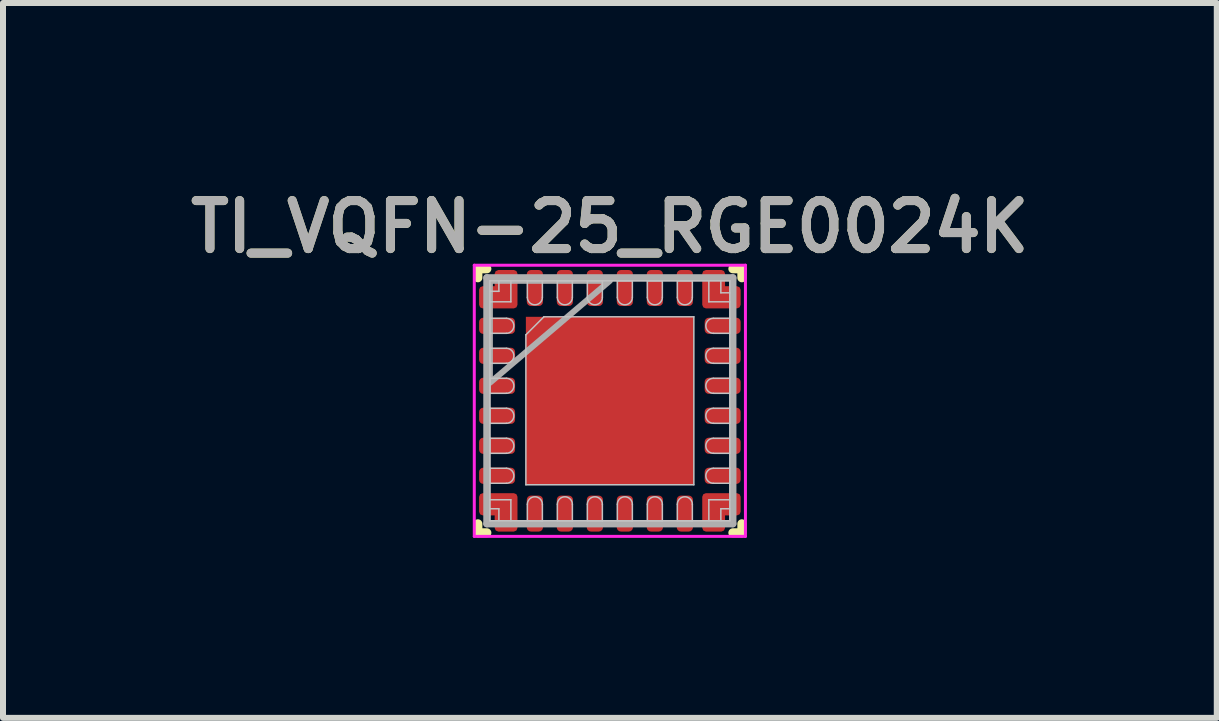
<source format=kicad_pcb>
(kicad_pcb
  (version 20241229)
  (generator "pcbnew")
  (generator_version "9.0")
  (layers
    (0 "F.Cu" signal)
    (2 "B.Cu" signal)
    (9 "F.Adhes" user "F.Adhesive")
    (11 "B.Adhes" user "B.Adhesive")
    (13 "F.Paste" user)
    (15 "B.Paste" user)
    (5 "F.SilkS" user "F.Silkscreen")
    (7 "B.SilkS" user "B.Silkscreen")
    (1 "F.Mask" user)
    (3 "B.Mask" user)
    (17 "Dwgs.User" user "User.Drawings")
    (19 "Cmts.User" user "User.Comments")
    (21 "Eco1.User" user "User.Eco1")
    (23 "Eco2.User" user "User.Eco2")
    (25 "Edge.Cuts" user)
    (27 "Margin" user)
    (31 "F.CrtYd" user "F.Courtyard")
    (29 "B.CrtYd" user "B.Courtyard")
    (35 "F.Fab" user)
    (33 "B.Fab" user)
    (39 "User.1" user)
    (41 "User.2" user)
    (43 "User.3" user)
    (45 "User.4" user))
  (footprint "TI_VQFN-25_RGE0024K"
    (layer "F.Cu")
    (at 7.116 3.631)
    (property "Reference" "TI_VQFN-25_RGE0024K" (at 0 -2.9 0) (layer "F.Fab") (effects (font (size 0.8 0.8) (thickness 0.15))))
    (attr smd)
    (fp_line (start -2.2 -2.2) (end -2.05 -2.2) (stroke (width 0.15) (type solid)) (layer "F.SilkS"))
    (fp_line (start -2.2 -2.05) (end -2.2 -2.2) (stroke (width 0.15) (type solid)) (layer "F.SilkS"))
    (fp_line (start -2.2 2.2) (end -2.2 2.05) (stroke (width 0.15) (type solid)) (layer "F.SilkS"))
    (fp_line (start -2.05 2.2) (end -2.2 2.2) (stroke (width 0.15) (type solid)) (layer "F.SilkS"))
    (fp_line (start 2.05 -2.2) (end 2.2 -2.2) (stroke (width 0.15) (type solid)) (layer "F.SilkS"))
    (fp_line (start 2.05 2.2) (end 2.2 2.2) (stroke (width 0.15) (type solid)) (layer "F.SilkS"))
    (fp_line (start 2.2 -2.2) (end 2.2 -2.05) (stroke (width 0.15) (type solid)) (layer "F.SilkS"))
    (fp_line (start 2.2 2.2) (end 2.2 2.05) (stroke (width 0.15) (type solid)) (layer "F.SilkS"))
    (fp_line (start -2 -2) (end 2 -2) (stroke (width 0.025) (type solid)) (layer "Dwgs.User"))
    (fp_line (start -2 -1.65) (end -1.65 -1.65) (stroke (width 0.025) (type solid)) (layer "Dwgs.User"))
    (fp_line (start -2 -1.375) (end -2 -1.125) (stroke (width 0.025) (type solid)) (layer "Dwgs.User"))
    (fp_line (start -2 -1.125) (end -1.725 -1.125) (stroke (width 0.025) (type solid)) (layer "Dwgs.User"))
    (fp_line (start -2 -0.875) (end -2 -0.625) (stroke (width 0.025) (type solid)) (layer "Dwgs.User"))
    (fp_line (start -2 -0.625) (end -1.725 -0.625) (stroke (width 0.025) (type solid)) (layer "Dwgs.User"))
    (fp_line (start -2 -0.375) (end -2 -0.125) (stroke (width 0.025) (type solid)) (layer "Dwgs.User"))
    (fp_line (start -2 -0.125) (end -1.725 -0.125) (stroke (width 0.025) (type solid)) (layer "Dwgs.User"))
    (fp_line (start -2 0.125) (end -2 0.375) (stroke (width 0.025) (type solid)) (layer "Dwgs.User"))
    (fp_line (start -2 0.375) (end -1.725 0.375) (stroke (width 0.025) (type solid)) (layer "Dwgs.User"))
    (fp_line (start -2 0.625) (end -2 0.875) (stroke (width 0.025) (type solid)) (layer "Dwgs.User"))
    (fp_line (start -2 0.875) (end -1.725 0.875) (stroke (width 0.025) (type solid)) (layer "Dwgs.User"))
    (fp_line (start -2 1.125) (end -2 1.375) (stroke (width 0.025) (type solid)) (layer "Dwgs.User"))
    (fp_line (start -2 1.375) (end -1.725 1.375) (stroke (width 0.025) (type solid)) (layer "Dwgs.User"))
    (fp_line (start -2 1.8) (end -1.85 1.8) (stroke (width 0.025) (type solid)) (layer "Dwgs.User"))
    (fp_line (start -2 2) (end -2 -2) (stroke (width 0.025) (type solid)) (layer "Dwgs.User"))
    (fp_line (start -1.85 -2) (end -1.85 -1.825) (stroke (width 0.025) (type solid)) (layer "Dwgs.User"))
    (fp_line (start -1.85 -1.825) (end -2 -1.825) (stroke (width 0.025) (type solid)) (layer "Dwgs.User"))
    (fp_line (start -1.85 1.8) (end -1.85 2) (stroke (width 0.025) (type solid)) (layer "Dwgs.User"))
    (fp_line (start -1.725 -1.375) (end -2 -1.375) (stroke (width 0.025) (type solid)) (layer "Dwgs.User"))
    (fp_line (start -1.725 -0.875) (end -2 -0.875) (stroke (width 0.025) (type solid)) (layer "Dwgs.User"))
    (fp_line (start -1.725 -0.375) (end -2 -0.375) (stroke (width 0.025) (type solid)) (layer "Dwgs.User"))
    (fp_line (start -1.725 0.125) (end -2 0.125) (stroke (width 0.025) (type solid)) (layer "Dwgs.User"))
    (fp_line (start -1.725 0.625) (end -2 0.625) (stroke (width 0.025) (type solid)) (layer "Dwgs.User"))
    (fp_line (start -1.725 1.125) (end -2 1.125) (stroke (width 0.025) (type solid)) (layer "Dwgs.User"))
    (fp_line (start -1.65 -1.65) (end -1.65 -2) (stroke (width 0.025) (type solid)) (layer "Dwgs.User"))
    (fp_line (start -1.65 1.65) (end -2 1.65) (stroke (width 0.025) (type solid)) (layer "Dwgs.User"))
    (fp_line (start -1.65 2) (end -1.65 1.65) (stroke (width 0.025) (type solid)) (layer "Dwgs.User"))
    (fp_line (start -1.4 -1.1) (end -1.4 1.4) (stroke (width 0.025) (type solid)) (layer "Dwgs.User"))
    (fp_line (start -1.4 1.4) (end 1.4 1.4) (stroke (width 0.025) (type solid)) (layer "Dwgs.User"))
    (fp_line (start -1.375 -2) (end -1.375 -1.725) (stroke (width 0.025) (type solid)) (layer "Dwgs.User"))
    (fp_line (start -1.375 1.725) (end -1.375 2) (stroke (width 0.025) (type solid)) (layer "Dwgs.User"))
    (fp_line (start -1.375 2) (end -1.125 2) (stroke (width 0.025) (type solid)) (layer "Dwgs.User"))
    (fp_line (start -1.125 -2) (end -1.375 -2) (stroke (width 0.025) (type solid)) (layer "Dwgs.User"))
    (fp_line (start -1.125 -1.725) (end -1.125 -2) (stroke (width 0.025) (type solid)) (layer "Dwgs.User"))
    (fp_line (start -1.125 2) (end -1.125 1.725) (stroke (width 0.025) (type solid)) (layer "Dwgs.User"))
    (fp_line (start -1.1 -1.4) (end -1.4 -1.1) (stroke (width 0.025) (type solid)) (layer "Dwgs.User"))
    (fp_line (start -0.875 -2) (end -0.875 -1.725) (stroke (width 0.025) (type solid)) (layer "Dwgs.User"))
    (fp_line (start -0.875 1.725) (end -0.875 2) (stroke (width 0.025) (type solid)) (layer "Dwgs.User"))
    (fp_line (start -0.875 2) (end -0.625 2) (stroke (width 0.025) (type solid)) (layer "Dwgs.User"))
    (fp_line (start -0.625 -2) (end -0.875 -2) (stroke (width 0.025) (type solid)) (layer "Dwgs.User"))
    (fp_line (start -0.625 -1.725) (end -0.625 -2) (stroke (width 0.025) (type solid)) (layer "Dwgs.User"))
    (fp_line (start -0.625 2) (end -0.625 1.725) (stroke (width 0.025) (type solid)) (layer "Dwgs.User"))
    (fp_line (start -0.375 -2) (end -0.375 -1.725) (stroke (width 0.025) (type solid)) (layer "Dwgs.User"))
    (fp_line (start -0.375 1.725) (end -0.375 2) (stroke (width 0.025) (type solid)) (layer "Dwgs.User"))
    (fp_line (start -0.375 2) (end -0.125 2) (stroke (width 0.025) (type solid)) (layer "Dwgs.User"))
    (fp_line (start -0.125 -2) (end -0.375 -2) (stroke (width 0.025) (type solid)) (layer "Dwgs.User"))
    (fp_line (start -0.125 -1.725) (end -0.125 -2) (stroke (width 0.025) (type solid)) (layer "Dwgs.User"))
    (fp_line (start -0.125 2) (end -0.125 1.725) (stroke (width 0.025) (type solid)) (layer "Dwgs.User"))
    (fp_line (start 0.125 -2) (end 0.125 -1.725) (stroke (width 0.025) (type solid)) (layer "Dwgs.User"))
    (fp_line (start 0.125 1.725) (end 0.125 2) (stroke (width 0.025) (type solid)) (layer "Dwgs.User"))
    (fp_line (start 0.125 2) (end 0.375 2) (stroke (width 0.025) (type solid)) (layer "Dwgs.User"))
    (fp_line (start 0.375 -2) (end 0.125 -2) (stroke (width 0.025) (type solid)) (layer "Dwgs.User"))
    (fp_line (start 0.375 -1.725) (end 0.375 -2) (stroke (width 0.025) (type solid)) (layer "Dwgs.User"))
    (fp_line (start 0.375 2) (end 0.375 1.725) (stroke (width 0.025) (type solid)) (layer "Dwgs.User"))
    (fp_line (start 0.625 -2) (end 0.625 -1.725) (stroke (width 0.025) (type solid)) (layer "Dwgs.User"))
    (fp_line (start 0.625 1.725) (end 0.625 2) (stroke (width 0.025) (type solid)) (layer "Dwgs.User"))
    (fp_line (start 0.625 2) (end 0.875 2) (stroke (width 0.025) (type solid)) (layer "Dwgs.User"))
    (fp_line (start 0.875 -2) (end 0.625 -2) (stroke (width 0.025) (type solid)) (layer "Dwgs.User"))
    (fp_line (start 0.875 -1.725) (end 0.875 -2) (stroke (width 0.025) (type solid)) (layer "Dwgs.User"))
    (fp_line (start 0.875 2) (end 0.875 1.725) (stroke (width 0.025) (type solid)) (layer "Dwgs.User"))
    (fp_line (start 1.125 -2) (end 1.125 -1.725) (stroke (width 0.025) (type solid)) (layer "Dwgs.User"))
    (fp_line (start 1.125 1.725) (end 1.125 2) (stroke (width 0.025) (type solid)) (layer "Dwgs.User"))
    (fp_line (start 1.125 2) (end 1.375 2) (stroke (width 0.025) (type solid)) (layer "Dwgs.User"))
    (fp_line (start 1.375 -2) (end 1.125 -2) (stroke (width 0.025) (type solid)) (layer "Dwgs.User"))
    (fp_line (start 1.375 -1.725) (end 1.375 -2) (stroke (width 0.025) (type solid)) (layer "Dwgs.User"))
    (fp_line (start 1.375 2) (end 1.375 1.725) (stroke (width 0.025) (type solid)) (layer "Dwgs.User"))
    (fp_line (start 1.4 -1.4) (end -1.1 -1.4) (stroke (width 0.025) (type solid)) (layer "Dwgs.User"))
    (fp_line (start 1.4 1.4) (end 1.4 -1.4) (stroke (width 0.025) (type solid)) (layer "Dwgs.User"))
    (fp_line (start 1.65 -2) (end 1.65 -1.65) (stroke (width 0.025) (type solid)) (layer "Dwgs.User"))
    (fp_line (start 1.65 -1.65) (end 2 -1.65) (stroke (width 0.025) (type solid)) (layer "Dwgs.User"))
    (fp_line (start 1.65 1.65) (end 1.65 2) (stroke (width 0.025) (type solid)) (layer "Dwgs.User"))
    (fp_line (start 1.725 -1.125) (end 2 -1.125) (stroke (width 0.025) (type solid)) (layer "Dwgs.User"))
    (fp_line (start 1.725 -0.625) (end 2 -0.625) (stroke (width 0.025) (type solid)) (layer "Dwgs.User"))
    (fp_line (start 1.725 -0.125) (end 2 -0.125) (stroke (width 0.025) (type solid)) (layer "Dwgs.User"))
    (fp_line (start 1.725 0.375) (end 2 0.375) (stroke (width 0.025) (type solid)) (layer "Dwgs.User"))
    (fp_line (start 1.725 0.875) (end 2 0.875) (stroke (width 0.025) (type solid)) (layer "Dwgs.User"))
    (fp_line (start 1.725 1.375) (end 2 1.375) (stroke (width 0.025) (type solid)) (layer "Dwgs.User"))
    (fp_line (start 1.85 -2) (end 1.85 -1.8) (stroke (width 0.025) (type solid)) (layer "Dwgs.User"))
    (fp_line (start 1.85 -1.8) (end 2 -1.8) (stroke (width 0.025) (type solid)) (layer "Dwgs.User"))
    (fp_line (start 1.85 1.8) (end 2 1.8) (stroke (width 0.025) (type solid)) (layer "Dwgs.User"))
    (fp_line (start 1.85 2) (end 1.85 1.8) (stroke (width 0.025) (type solid)) (layer "Dwgs.User"))
    (fp_line (start 2 -2) (end 2 2) (stroke (width 0.025) (type solid)) (layer "Dwgs.User"))
    (fp_line (start 2 -1.375) (end 1.725 -1.375) (stroke (width 0.025) (type solid)) (layer "Dwgs.User"))
    (fp_line (start 2 -1.125) (end 2 -1.375) (stroke (width 0.025) (type solid)) (layer "Dwgs.User"))
    (fp_line (start 2 -0.875) (end 1.725 -0.875) (stroke (width 0.025) (type solid)) (layer "Dwgs.User"))
    (fp_line (start 2 -0.625) (end 2 -0.875) (stroke (width 0.025) (type solid)) (layer "Dwgs.User"))
    (fp_line (start 2 -0.375) (end 1.725 -0.375) (stroke (width 0.025) (type solid)) (layer "Dwgs.User"))
    (fp_line (start 2 -0.125) (end 2 -0.375) (stroke (width 0.025) (type solid)) (layer "Dwgs.User"))
    (fp_line (start 2 0.125) (end 1.725 0.125) (stroke (width 0.025) (type solid)) (layer "Dwgs.User"))
    (fp_line (start 2 0.375) (end 2 0.125) (stroke (width 0.025) (type solid)) (layer "Dwgs.User"))
    (fp_line (start 2 0.625) (end 1.725 0.625) (stroke (width 0.025) (type solid)) (layer "Dwgs.User"))
    (fp_line (start 2 0.875) (end 2 0.625) (stroke (width 0.025) (type solid)) (layer "Dwgs.User"))
    (fp_line (start 2 1.125) (end 1.725 1.125) (stroke (width 0.025) (type solid)) (layer "Dwgs.User"))
    (fp_line (start 2 1.375) (end 2 1.125) (stroke (width 0.025) (type solid)) (layer "Dwgs.User"))
    (fp_line (start 2 1.65) (end 1.65 1.65) (stroke (width 0.025) (type solid)) (layer "Dwgs.User"))
    (fp_line (start 2 2) (end -2 2) (stroke (width 0.025) (type solid)) (layer "Dwgs.User"))
    (fp_arc (start -1.725 -1.375) (mid -1.6 -1.25) (end -1.725 -1.125) (stroke (width 0.025) (type solid)) (layer "Dwgs.User"))
    (fp_arc (start -1.725 -0.875) (mid -1.6 -0.75) (end -1.725 -0.625) (stroke (width 0.025) (type solid)) (layer "Dwgs.User"))
    (fp_arc (start -1.725 -0.375) (mid -1.6 -0.25) (end -1.725 -0.125) (stroke (width 0.025) (type solid)) (layer "Dwgs.User"))
    (fp_arc (start -1.725 0.125) (mid -1.6 0.25) (end -1.725 0.375) (stroke (width 0.025) (type solid)) (layer "Dwgs.User"))
    (fp_arc (start -1.725 0.625) (mid -1.6 0.75) (end -1.725 0.875) (stroke (width 0.025) (type solid)) (layer "Dwgs.User"))
    (fp_arc (start -1.725 1.125) (mid -1.6 1.25) (end -1.725 1.375) (stroke (width 0.025) (type solid)) (layer "Dwgs.User"))
    (fp_arc (start -1.375 1.725) (mid -1.25 1.6) (end -1.125 1.725) (stroke (width 0.025) (type solid)) (layer "Dwgs.User"))
    (fp_arc (start -1.125 -1.725) (mid -1.25 -1.6) (end -1.375 -1.725) (stroke (width 0.025) (type solid)) (layer "Dwgs.User"))
    (fp_arc (start -0.875 1.725) (mid -0.75 1.6) (end -0.625 1.725) (stroke (width 0.025) (type solid)) (layer "Dwgs.User"))
    (fp_arc (start -0.625 -1.725) (mid -0.75 -1.6) (end -0.875 -1.725) (stroke (width 0.025) (type solid)) (layer "Dwgs.User"))
    (fp_arc (start -0.375 1.725) (mid -0.25 1.6) (end -0.125 1.725) (stroke (width 0.025) (type solid)) (layer "Dwgs.User"))
    (fp_arc (start -0.125 -1.725) (mid -0.25 -1.6) (end -0.375 -1.725) (stroke (width 0.025) (type solid)) (layer "Dwgs.User"))
    (fp_arc (start 0.125 1.725) (mid 0.25 1.6) (end 0.375 1.725) (stroke (width 0.025) (type solid)) (layer "Dwgs.User"))
    (fp_arc (start 0.375 -1.725) (mid 0.25 -1.6) (end 0.125 -1.725) (stroke (width 0.025) (type solid)) (layer "Dwgs.User"))
    (fp_arc (start 0.625 1.725) (mid 0.75 1.6) (end 0.875 1.725) (stroke (width 0.025) (type solid)) (layer "Dwgs.User"))
    (fp_arc (start 0.875 -1.725) (mid 0.75 -1.6) (end 0.625 -1.725) (stroke (width 0.025) (type solid)) (layer "Dwgs.User"))
    (fp_arc (start 1.125 1.725) (mid 1.25 1.6) (end 1.375 1.725) (stroke (width 0.025) (type solid)) (layer "Dwgs.User"))
    (fp_arc (start 1.375 -1.725) (mid 1.25 -1.6) (end 1.125 -1.725) (stroke (width 0.025) (type solid)) (layer "Dwgs.User"))
    (fp_arc (start 1.725 -1.125) (mid 1.6 -1.25) (end 1.725 -1.375) (stroke (width 0.025) (type solid)) (layer "Dwgs.User"))
    (fp_arc (start 1.725 -0.625) (mid 1.6 -0.75) (end 1.725 -0.875) (stroke (width 0.025) (type solid)) (layer "Dwgs.User"))
    (fp_arc (start 1.725 -0.125) (mid 1.6 -0.25) (end 1.725 -0.375) (stroke (width 0.025) (type solid)) (layer "Dwgs.User"))
    (fp_arc (start 1.725 0.375) (mid 1.6 0.25) (end 1.725 0.125) (stroke (width 0.025) (type solid)) (layer "Dwgs.User"))
    (fp_arc (start 1.725 0.875) (mid 1.6 0.75) (end 1.725 0.625) (stroke (width 0.025) (type solid)) (layer "Dwgs.User"))
    (fp_arc (start 1.725 1.375) (mid 1.6 1.25) (end 1.725 1.125) (stroke (width 0.025) (type solid)) (layer "Dwgs.User"))
    (fp_line (start -2.26 -2.26) (end -2.26 2.26) (stroke (width 0.05) (type solid)) (layer "F.CrtYd"))
    (fp_line (start -2.26 2.26) (end 2.26 2.26) (stroke (width 0.05) (type solid)) (layer "F.CrtYd"))
    (fp_line (start 2.26 -2.26) (end -2.26 -2.26) (stroke (width 0.05) (type solid)) (layer "F.CrtYd"))
    (fp_line (start 2.26 2.26) (end 2.26 -2.26) (stroke (width 0.05) (type solid)) (layer "F.CrtYd"))
    (fp_line (start -2.05 -2.05) (end 2.05 -2.05) (stroke (width 0.12) (type solid)) (layer "F.Fab"))
    (fp_line (start -2.05 2.05) (end -2.05 -2.05) (stroke (width 0.12) (type solid)) (layer "F.Fab"))
    (fp_line (start 2.05 -2.05) (end 2.05 2.05) (stroke (width 0.12) (type solid)) (layer "F.Fab"))
    (fp_line (start 2.05 2.05) (end -2.05 2.05) (stroke (width 0.12) (type solid)) (layer "F.Fab"))
    (fp_poly (pts (xy -2 -2) (xy 0 -2) (xy -2 -0.3)) (stroke (width 0.1) (type solid)) (fill no) (layer "F.Fab"))
    (fp_text user "${REFERENCE}" (at 0 -2.9 0) (layer "F.SilkS") (effects (font (size 0.8 0.8) (thickness 0.15))))
    (pad "" smd rect (at -0.715 -0.715) (size 1.23 1.23) (layers "F.Paste"))
    (pad "" smd rect (at -0.715 0.715) (size 1.23 1.23) (layers "F.Paste"))
    (pad "" smd roundrect (at -0.7 -0.7) (size 0.99 0.99) (layers "F.Paste") (roundrect_rratio 0.25))
    (pad "" smd roundrect (at -0.7 0.7) (size 0.99 0.99) (layers "F.Paste") (roundrect_rratio 0.25))
    (pad "" smd roundrect (at 0.7 -0.7) (size 0.99 0.99) (layers "F.Paste") (roundrect_rratio 0.25))
    (pad "" smd roundrect (at 0.7 0.7) (size 0.99 0.99) (layers "F.Paste") (roundrect_rratio 0.25))
    (pad "" smd rect (at 0.715 -0.715) (size 1.23 1.23) (layers "F.Paste"))
    (pad "" smd rect (at 0.715 0.715) (size 1.23 1.23) (layers "F.Paste"))
    (pad "1" smd roundrect (at -1.88 -1.25) (size 0.6 0.27) (layers "F.Cu" "F.Mask" "F.Paste") (roundrect_rratio 0.259))
    (pad "2" smd roundrect (at -1.88 -0.75) (size 0.6 0.27) (layers "F.Cu" "F.Mask" "F.Paste") (roundrect_rratio 0.259))
    (pad "3" smd roundrect (at -1.88 -0.25) (size 0.6 0.27) (layers "F.Cu" "F.Mask" "F.Paste") (roundrect_rratio 0.259))
    (pad "4" smd roundrect (at -1.88 0.25) (size 0.6 0.27) (layers "F.Cu" "F.Mask" "F.Paste") (roundrect_rratio 0.259))
    (pad "5" smd roundrect (at -1.88 0.75) (size 0.6 0.27) (layers "F.Cu" "F.Mask" "F.Paste") (roundrect_rratio 0.259))
    (pad "6" smd roundrect (at -1.88 1.25) (size 0.6 0.27) (layers "F.Cu" "F.Mask" "F.Paste") (roundrect_rratio 0.259))
    (pad "7" smd roundrect (at -1.25 1.88 90) (size 0.6 0.27) (layers "F.Cu" "F.Mask" "F.Paste") (roundrect_rratio 0.259))
    (pad "8" smd roundrect (at -0.75 1.88 90) (size 0.6 0.27) (layers "F.Cu" "F.Mask" "F.Paste") (roundrect_rratio 0.259))
    (pad "9" smd roundrect (at -0.25 1.88 90) (size 0.6 0.27) (layers "F.Cu" "F.Mask" "F.Paste") (roundrect_rratio 0.259))
    (pad "10" smd roundrect (at 0.25 1.88 90) (size 0.6 0.27) (layers "F.Cu" "F.Mask" "F.Paste") (roundrect_rratio 0.259))
    (pad "11" smd roundrect (at 0.75 1.88 90) (size 0.6 0.27) (layers "F.Cu" "F.Mask" "F.Paste") (roundrect_rratio 0.259))
    (pad "12" smd roundrect (at 1.25 1.88 90) (size 0.6 0.27) (layers "F.Cu" "F.Mask" "F.Paste") (roundrect_rratio 0.259))
    (pad "13" smd roundrect (at 1.88 1.25) (size 0.6 0.27) (layers "F.Cu" "F.Mask" "F.Paste") (roundrect_rratio 0.259))
    (pad "14" smd roundrect (at 1.88 0.75) (size 0.6 0.27) (layers "F.Cu" "F.Mask" "F.Paste") (roundrect_rratio 0.259))
    (pad "15" smd roundrect (at 1.88 0.25) (size 0.6 0.27) (layers "F.Cu" "F.Mask" "F.Paste") (roundrect_rratio 0.259))
    (pad "16" smd roundrect (at 1.88 -0.25) (size 0.6 0.27) (layers "F.Cu" "F.Mask" "F.Paste") (roundrect_rratio 0.259))
    (pad "17" smd roundrect (at 1.88 -0.75) (size 0.6 0.27) (layers "F.Cu" "F.Mask" "F.Paste") (roundrect_rratio 0.259))
    (pad "18" smd roundrect (at 1.88 -1.25) (size 0.6 0.27) (layers "F.Cu" "F.Mask" "F.Paste") (roundrect_rratio 0.259))
    (pad "19" smd roundrect (at 1.25 -1.88 90) (size 0.6 0.27) (layers "F.Cu" "F.Mask" "F.Paste") (roundrect_rratio 0.259))
    (pad "20" smd roundrect (at 0.75 -1.88 90) (size 0.6 0.27) (layers "F.Cu" "F.Mask" "F.Paste") (roundrect_rratio 0.259))
    (pad "21" smd roundrect (at 0.25 -1.88 90) (size 0.6 0.27) (layers "F.Cu" "F.Mask" "F.Paste") (roundrect_rratio 0.259))
    (pad "22" smd roundrect (at -0.25 -1.88 90) (size 0.6 0.27) (layers "F.Cu" "F.Mask" "F.Paste") (roundrect_rratio 0.259))
    (pad "23" smd roundrect (at -0.75 -1.88 90) (size 0.6 0.27) (layers "F.Cu" "F.Mask" "F.Paste") (roundrect_rratio 0.259))
    (pad "24" smd roundrect (at -1.25 -1.88 90) (size 0.6 0.27) (layers "F.Cu" "F.Mask" "F.Paste") (roundrect_rratio 0.259))
    (pad "25" smd rect (at 0 0) (size 2.8 2.8) (layers "F.Cu" "F.Mask"))
    (pad "A1" smd custom (at -1.93 -1.7) (size 0.1 0.1) (layers "F.Cu" "F.Mask" "F.Paste") (options (anchor rect)) (primitives (gr_poly (pts (xy 0.07 -0.42) (xy 0.33 -0.42) (xy 0.33 0.1) (xy -0.19 0.1) (xy -0.19 -0.15) (xy 0.07 -0.15)) (width 0.12) (fill yes))))
    (pad "A2" smd custom (at -1.93 1.7) (size 0.1 0.1) (layers "F.Cu" "F.Mask" "F.Paste") (options (anchor rect)) (primitives (gr_poly (pts (xy 0.07 0.42) (xy 0.33 0.42) (xy 0.33 -0.1) (xy -0.19 -0.1) (xy -0.19 0.15) (xy 0.07 0.15)) (width 0.12) (fill yes))))
    (pad "A3" smd custom (at 1.93 1.7) (size 0.1 0.1) (layers "F.Cu" "F.Mask" "F.Paste") (options (anchor rect)) (primitives (gr_poly (pts (xy -0.07 0.42) (xy -0.33 0.42) (xy -0.33 -0.1) (xy 0.19 -0.1) (xy 0.19 0.15) (xy -0.07 0.15)) (width 0.12) (fill yes))))
    (pad "A4" smd custom (at 1.93 -1.7) (size 0.1 0.1) (layers "F.Cu" "F.Mask" "F.Paste") (options (anchor rect)) (primitives (gr_poly (pts (xy -0.07 -0.42) (xy -0.33 -0.42) (xy -0.33 0.1) (xy 0.19 0.1) (xy 0.19 -0.15) (xy -0.07 -0.15)) (width 0.12) (fill yes)))))
  (gr_rect
    (start -3 -3)
    (end 17.233 8.916)
    (stroke (width 0.1) (type default))
    (fill no)
    (layer "Edge.Cuts")))
</source>
